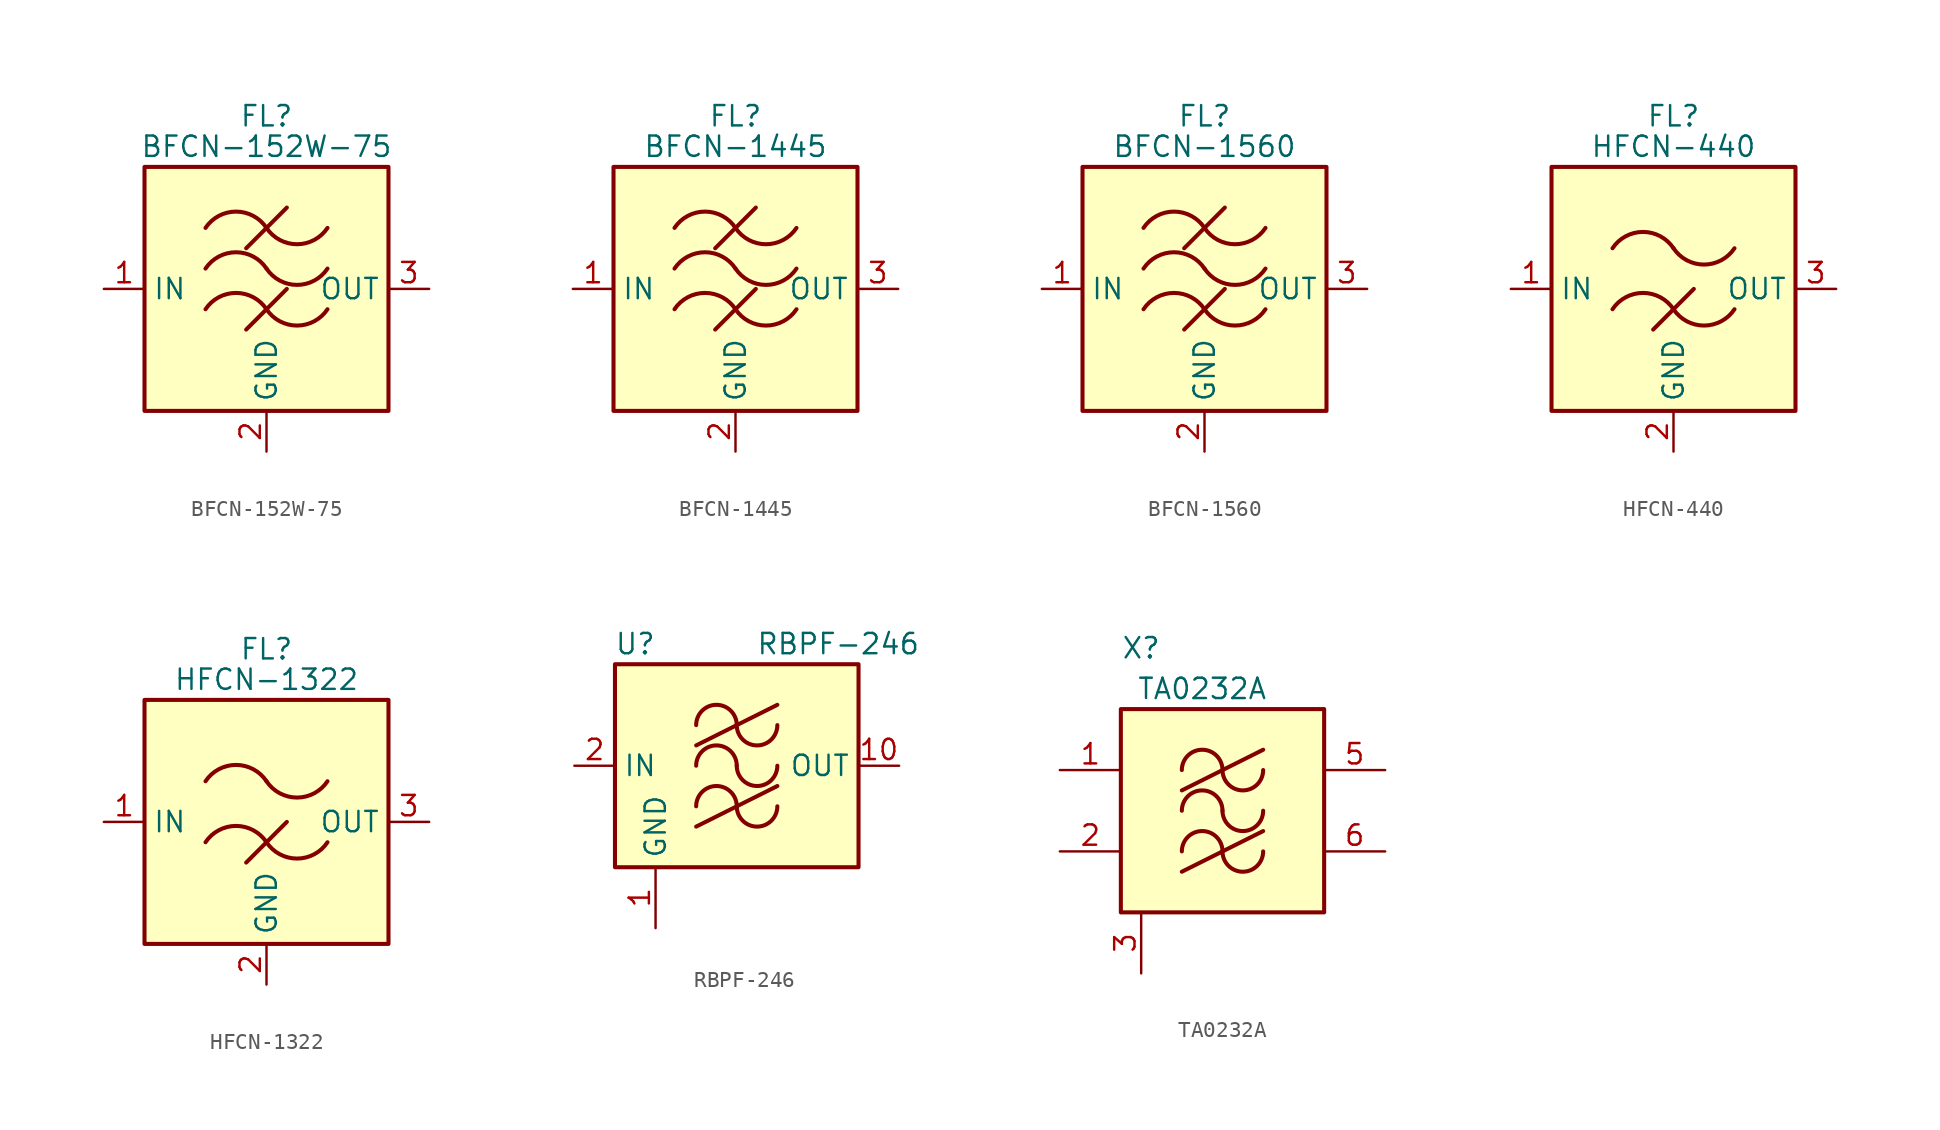
<source format=kicad_sym>
(kicad_symbol_lib
  (version 20241209)
  (generator "kicad_symbol_editor")
  (generator_version "9.0")
  (symbol "BFCN-152W-75"
    (property "Reference" "FL"
      (at 0 10.795 0)
      (effects (font (size 1.27 1.27))))
    (property "Value" "BFCN-152W-75"
      (at 0 8.89 0)
      (effects (font (size 1.27 1.27))))
    (symbol "BFCN-152W-75_0_1"
      (rectangle (start -7.62 7.62) (end 7.62 -7.62) (stroke (width 0.254) (type default)) (fill (type background)))
      (arc (start -3.81 3.81) (mid -1.905 4.8295) (end 0 3.81) (stroke (width 0.254) (type default)) (fill (type none)))
      (arc (start -3.81 1.27) (mid -1.905 2.2895) (end 0 1.27) (stroke (width 0.254) (type default)) (fill (type none)))
      (arc (start -3.81 -1.27) (mid -1.905 -0.2505) (end 0 -1.27) (stroke (width 0.254) (type default)) (fill (type none)))
      (polyline (pts (xy -1.27 2.54) (xy 1.27 5.08)) (stroke (width 0.254) (type default)) (fill (type none)))
      (polyline (pts (xy -1.27 -2.54) (xy 1.27 0)) (stroke (width 0.254) (type default)) (fill (type none)))
      (arc (start 3.81 3.81) (mid 1.905 2.7905) (end 0 3.81) (stroke (width 0.254) (type default)) (fill (type none)))
      (arc (start 3.81 1.27) (mid 1.905 0.2505) (end 0 1.27) (stroke (width 0.254) (type default)) (fill (type none)))
      (arc (start 3.81 -1.27) (mid 1.905 -2.2895) (end 0 -1.27) (stroke (width 0.254) (type default)) (fill (type none))))
    (symbol "BFCN-152W-75_1_1"
      (pin passive line (at -10.16 0 0) (length 2.54) (name "IN" (effects (font (size 1.27 1.27)))) (number "1" (effects (font (size 1.27 1.27)))))
      (pin passive line (at 0 -10.16 90) (length 2.54) (name "GND" (effects (font (size 1.27 1.27)))) (number "2" (effects (font (size 1.27 1.27)))))
      (pin passive line (at 10.16 0 180) (length 2.54) (name "OUT" (effects (font (size 1.27 1.27)))) (number "3" (effects (font (size 1.27 1.27)))))))
  (symbol "BFCN-1445"
    (property "Reference" "FL"
      (at 0 10.795 0)
      (effects (font (size 1.27 1.27))))
    (property "Value" "BFCN-1445"
      (at 0 8.89 0)
      (effects (font (size 1.27 1.27))))
    (symbol "BFCN-1445_0_1"
      (rectangle (start -7.62 7.62) (end 7.62 -7.62) (stroke (width 0.254) (type default)) (fill (type background)))
      (arc (start -3.81 3.81) (mid -1.905 4.8295) (end 0 3.81) (stroke (width 0.254) (type default)) (fill (type none)))
      (arc (start -3.81 1.27) (mid -1.905 2.2895) (end 0 1.27) (stroke (width 0.254) (type default)) (fill (type none)))
      (arc (start -3.81 -1.27) (mid -1.905 -0.2505) (end 0 -1.27) (stroke (width 0.254) (type default)) (fill (type none)))
      (polyline (pts (xy -1.27 2.54) (xy 1.27 5.08)) (stroke (width 0.254) (type default)) (fill (type none)))
      (polyline (pts (xy -1.27 -2.54) (xy 1.27 0)) (stroke (width 0.254) (type default)) (fill (type none)))
      (arc (start 3.81 3.81) (mid 1.905 2.7905) (end 0 3.81) (stroke (width 0.254) (type default)) (fill (type none)))
      (arc (start 3.81 1.27) (mid 1.905 0.2505) (end 0 1.27) (stroke (width 0.254) (type default)) (fill (type none)))
      (arc (start 3.81 -1.27) (mid 1.905 -2.2895) (end 0 -1.27) (stroke (width 0.254) (type default)) (fill (type none))))
    (symbol "BFCN-1445_1_1"
      (pin passive line (at -10.16 0 0) (length 2.54) (name "IN" (effects (font (size 1.27 1.27)))) (number "1" (effects (font (size 1.27 1.27)))))
      (pin passive line (at 0 -10.16 90) (length 2.54) (name "GND" (effects (font (size 1.27 1.27)))) (number "2" (effects (font (size 1.27 1.27)))))
      (pin passive line (at 0 -10.16 90) (length 2.54) (hide yes) (name "GND" (effects (font (size 1.27 1.27)))) (number "4" (effects (font (size 1.27 1.27)))))
      (pin passive line (at 10.16 0 180) (length 2.54) (name "OUT" (effects (font (size 1.27 1.27)))) (number "3" (effects (font (size 1.27 1.27)))))))
  (symbol "BFCN-1560"
    (property "Reference" "FL"
      (at 0 10.795 0)
      (effects (font (size 1.27 1.27))))
    (property "Value" "BFCN-1560"
      (at 0 8.89 0)
      (effects (font (size 1.27 1.27))))
    (symbol "BFCN-1560_0_1"
      (rectangle (start -7.62 7.62) (end 7.62 -7.62) (stroke (width 0.254) (type default)) (fill (type background)))
      (arc (start -3.81 3.81) (mid -1.905 4.8295) (end 0 3.81) (stroke (width 0.254) (type default)) (fill (type none)))
      (arc (start -3.81 1.27) (mid -1.905 2.2895) (end 0 1.27) (stroke (width 0.254) (type default)) (fill (type none)))
      (arc (start -3.81 -1.27) (mid -1.905 -0.2505) (end 0 -1.27) (stroke (width 0.254) (type default)) (fill (type none)))
      (polyline (pts (xy -1.27 2.54) (xy 1.27 5.08)) (stroke (width 0.254) (type default)) (fill (type none)))
      (polyline (pts (xy -1.27 -2.54) (xy 1.27 0)) (stroke (width 0.254) (type default)) (fill (type none)))
      (arc (start 3.81 3.81) (mid 1.905 2.7905) (end 0 3.81) (stroke (width 0.254) (type default)) (fill (type none)))
      (arc (start 3.81 1.27) (mid 1.905 0.2505) (end 0 1.27) (stroke (width 0.254) (type default)) (fill (type none)))
      (arc (start 3.81 -1.27) (mid 1.905 -2.2895) (end 0 -1.27) (stroke (width 0.254) (type default)) (fill (type none))))
    (symbol "BFCN-1560_1_1"
      (pin passive line (at -10.16 0 0) (length 2.54) (name "IN" (effects (font (size 1.27 1.27)))) (number "1" (effects (font (size 1.27 1.27)))))
      (pin passive line (at 0 -10.16 90) (length 2.54) (name "GND" (effects (font (size 1.27 1.27)))) (number "2" (effects (font (size 1.27 1.27)))))
      (pin passive line (at 0 -10.16 90) (length 2.54) (hide yes) (name "GND" (effects (font (size 1.27 1.27)))) (number "4" (effects (font (size 1.27 1.27)))))
      (pin passive line (at 0 -10.16 90) (length 2.54) (hide yes) (name "GND" (effects (font (size 1.27 1.27)))) (number "5" (effects (font (size 1.27 1.27)))))
      (pin passive line (at 0 -10.16 90) (length 2.54) (hide yes) (name "GND" (effects (font (size 1.27 1.27)))) (number "6" (effects (font (size 1.27 1.27)))))
      (pin passive line (at 10.16 0 180) (length 2.54) (name "OUT" (effects (font (size 1.27 1.27)))) (number "3" (effects (font (size 1.27 1.27)))))))
  (symbol "HFCN-440"
    (property "Reference" "FL"
      (at 0 10.795 0)
      (effects (font (size 1.27 1.27))))
    (property "Value" "HFCN-440"
      (at 0 8.89 0)
      (effects (font (size 1.27 1.27))))
    (symbol "HFCN-440_0_1"
      (rectangle (start -7.62 7.62) (end 7.62 -7.62) (stroke (width 0.254) (type default)) (fill (type background)))
      (arc (start -3.81 2.54) (mid -1.905 3.5595) (end 0 2.54) (stroke (width 0.254) (type default)) (fill (type none)))
      (arc (start -3.81 -1.27) (mid -1.905 -0.2505) (end 0 -1.27) (stroke (width 0.254) (type default)) (fill (type none)))
      (polyline (pts (xy -1.27 -2.54) (xy 1.27 0)) (stroke (width 0.254) (type default)) (fill (type none)))
      (arc (start 3.81 2.54) (mid 1.905 1.5205) (end 0 2.54) (stroke (width 0.254) (type default)) (fill (type none)))
      (arc (start 3.81 -1.27) (mid 1.905 -2.2895) (end 0 -1.27) (stroke (width 0.254) (type default)) (fill (type none))))
    (symbol "HFCN-440_1_1"
      (pin passive line (at -10.16 0 0) (length 2.54) (name "IN" (effects (font (size 1.27 1.27)))) (number "1" (effects (font (size 1.27 1.27)))))
      (pin passive line (at 0 -10.16 90) (length 2.54) (name "GND" (effects (font (size 1.27 1.27)))) (number "2" (effects (font (size 1.27 1.27)))))
      (pin passive line (at 0 -10.16 90) (length 2.54) (hide yes) (name "GND" (effects (font (size 1.27 1.27)))) (number "4" (effects (font (size 1.27 1.27)))))
      (pin passive line (at 10.16 0 180) (length 2.54) (name "OUT" (effects (font (size 1.27 1.27)))) (number "3" (effects (font (size 1.27 1.27)))))))
  (symbol "HFCN-1322"
    (property "Reference" "FL"
      (at 0 10.795 0)
      (effects (font (size 1.27 1.27))))
    (property "Value" "HFCN-1322"
      (at 0 8.89 0)
      (effects (font (size 1.27 1.27))))
    (symbol "HFCN-1322_0_1"
      (rectangle (start -7.62 7.62) (end 7.62 -7.62) (stroke (width 0.254) (type default)) (fill (type background)))
      (arc (start -3.81 2.54) (mid -1.905 3.5595) (end 0 2.54) (stroke (width 0.254) (type default)) (fill (type none)))
      (arc (start -3.81 -1.27) (mid -1.905 -0.2505) (end 0 -1.27) (stroke (width 0.254) (type default)) (fill (type none)))
      (polyline (pts (xy -1.27 -2.54) (xy 1.27 0)) (stroke (width 0.254) (type default)) (fill (type none)))
      (arc (start 3.81 2.54) (mid 1.905 1.5205) (end 0 2.54) (stroke (width 0.254) (type default)) (fill (type none)))
      (arc (start 3.81 -1.27) (mid 1.905 -2.2895) (end 0 -1.27) (stroke (width 0.254) (type default)) (fill (type none))))
    (symbol "HFCN-1322_1_1"
      (pin passive line (at -10.16 0 0) (length 2.54) (name "IN" (effects (font (size 1.27 1.27)))) (number "1" (effects (font (size 1.27 1.27)))))
      (pin passive line (at 0 -10.16 90) (length 2.54) (name "GND" (effects (font (size 1.27 1.27)))) (number "2" (effects (font (size 1.27 1.27)))))
      (pin passive line (at 0 -10.16 90) (length 2.54) (hide yes) (name "GND" (effects (font (size 1.27 1.27)))) (number "4" (effects (font (size 1.27 1.27)))))
      (pin passive line (at 10.16 0 180) (length 2.54) (name "OUT" (effects (font (size 1.27 1.27)))) (number "3" (effects (font (size 1.27 1.27)))))))
  (symbol "RBPF-246"
    (property "Reference" "U"
      (at -6.35 7.62 0)
      (effects (font (size 1.27 1.27))))
    (property "Value" "RBPF-246"
      (at 6.35 7.62 0)
      (effects (font (size 1.27 1.27))))
    (symbol "RBPF-246_0_1"
      (rectangle (start -7.62 6.35) (end 7.62 -6.35) (stroke (width 0.254) (type default)) (fill (type background)))
      (polyline (pts (xy -2.54 1.27) (xy 2.54 3.81)) (stroke (width 0.254) (type default)) (fill (type none)))
      (polyline (pts (xy -2.54 -3.81) (xy 2.54 -1.27)) (stroke (width 0.254) (type default)) (fill (type none)))
      (arc (start -2.54 2.54) (mid -1.27 3.8045) (end 0 2.54) (stroke (width 0.254) (type default)) (fill (type none)))
      (arc (start -2.54 0) (mid -1.27 1.2645) (end 0 0) (stroke (width 0.254) (type default)) (fill (type none)))
      (arc (start -2.54 -2.54) (mid -1.27 -1.2755) (end 0 -2.54) (stroke (width 0.254) (type default)) (fill (type none)))
      (arc (start 2.54 2.54) (mid 1.27 1.2755) (end 0 2.54) (stroke (width 0.254) (type default)) (fill (type none)))
      (arc (start 2.54 0) (mid 1.27 -1.2645) (end 0 0) (stroke (width 0.254) (type default)) (fill (type none)))
      (arc (start 2.54 -2.54) (mid 1.27 -3.8045) (end 0 -2.54) (stroke (width 0.254) (type default)) (fill (type none))))
    (symbol "RBPF-246_1_1"
      (pin input line (at -10.16 0 0) (length 2.54) (name "IN" (effects (font (size 1.27 1.27)))) (number "2" (effects (font (size 1.27 1.27)))))
      (pin power_in line (at -5.08 -10.16 90) (length 3.81) (name "GND" (effects (font (size 1.27 1.27)))) (number "1" (effects (font (size 1.27 1.27)))))
      (pin passive line (at -5.08 -10.16 90) (length 3.81) (hide yes) (name "GND" (effects (font (size 1.27 1.27)))) (number "11" (effects (font (size 1.27 1.27)))))
      (pin passive line (at -5.08 -10.16 90) (length 3.81) (hide yes) (name "GND" (effects (font (size 1.27 1.27)))) (number "12" (effects (font (size 1.27 1.27)))))
      (pin passive line (at -5.08 -10.16 90) (length 3.81) (hide yes) (name "GND" (effects (font (size 1.27 1.27)))) (number "13" (effects (font (size 1.27 1.27)))))
      (pin passive line (at -5.08 -10.16 90) (length 3.81) (hide yes) (name "GND" (effects (font (size 1.27 1.27)))) (number "15" (effects (font (size 1.27 1.27)))))
      (pin passive line (at -5.08 -10.16 90) (length 3.81) (hide yes) (name "GND" (effects (font (size 1.27 1.27)))) (number "16" (effects (font (size 1.27 1.27)))))
      (pin passive line (at -5.08 -10.16 90) (length 3.81) (hide yes) (name "GND" (effects (font (size 1.27 1.27)))) (number "3" (effects (font (size 1.27 1.27)))))
      (pin passive line (at -5.08 -10.16 90) (length 3.81) (hide yes) (name "GND" (effects (font (size 1.27 1.27)))) (number "4" (effects (font (size 1.27 1.27)))))
      (pin passive line (at -5.08 -10.16 90) (length 3.81) (hide yes) (name "GND" (effects (font (size 1.27 1.27)))) (number "5" (effects (font (size 1.27 1.27)))))
      (pin passive line (at -5.08 -10.16 90) (length 3.81) (hide yes) (name "GND" (effects (font (size 1.27 1.27)))) (number "6" (effects (font (size 1.27 1.27)))))
      (pin passive line (at -5.08 -10.16 90) (length 3.81) (hide yes) (name "GND" (effects (font (size 1.27 1.27)))) (number "7" (effects (font (size 1.27 1.27)))))
      (pin passive line (at -5.08 -10.16 90) (length 3.81) (hide yes) (name "GND" (effects (font (size 1.27 1.27)))) (number "8" (effects (font (size 1.27 1.27)))))
      (pin passive line (at -5.08 -10.16 90) (length 3.81) (hide yes) (name "GND" (effects (font (size 1.27 1.27)))) (number "9" (effects (font (size 1.27 1.27)))))
      (pin no_connect line (at 7.62 -2.54 180) (length 2.54) (hide yes) (name "NC" (effects (font (size 1.27 1.27)))) (number "14" (effects (font (size 1.27 1.27)))))
      (pin output line (at 10.16 0 180) (length 2.54) (name "OUT" (effects (font (size 1.27 1.27)))) (number "10" (effects (font (size 1.27 1.27)))))))
  (symbol "TA0232A"
    (pin_names
      (hide yes))
    (property "Reference" "X"
      (at -5.08 10.16 0)
      (effects (font (size 1.27 1.27))))
    (property "Value" "TA0232A"
      (at -1.27 7.62 0)
      (effects (font (size 1.27 1.27))))
    (symbol "TA0232A_1_1"
      (rectangle (start -6.35 6.35) (end 6.35 -6.35) (stroke (width 0.254) (type default)) (fill (type background)))
      (polyline (pts (xy -2.54 1.27) (xy 2.54 3.81)) (stroke (width 0.254) (type default)) (fill (type none)))
      (polyline (pts (xy -2.54 -3.81) (xy 2.54 -1.27)) (stroke (width 0.254) (type default)) (fill (type none)))
      (arc (start -2.54 2.54) (mid -1.27 3.8045) (end 0 2.54) (stroke (width 0.254) (type default)) (fill (type none)))
      (arc (start -2.54 0) (mid -1.27 1.2645) (end 0 0) (stroke (width 0.254) (type default)) (fill (type none)))
      (arc (start -2.54 -2.54) (mid -1.27 -1.2755) (end 0 -2.54) (stroke (width 0.254) (type default)) (fill (type none)))
      (arc (start 2.54 2.54) (mid 1.27 1.2755) (end 0 2.54) (stroke (width 0.254) (type default)) (fill (type none)))
      (arc (start 2.54 0) (mid 1.27 -1.2645) (end 0 0) (stroke (width 0.254) (type default)) (fill (type none)))
      (arc (start 2.54 -2.54) (mid 1.27 -3.8045) (end 0 -2.54) (stroke (width 0.254) (type default)) (fill (type none)))
      (pin input line (at -10.16 2.54 0) (length 3.81) (name "IN_1" (effects (font (size 1.27 1.27)))) (number "1" (effects (font (size 1.27 1.27)))))
      (pin input line (at -10.16 -2.54 0) (length 3.81) (name "IN_2" (effects (font (size 1.27 1.27)))) (number "2" (effects (font (size 1.27 1.27)))))
      (pin power_in line (at -5.08 -10.16 90) (length 3.81) (name "GND" (effects (font (size 1.27 1.27)))) (number "3" (effects (font (size 1.27 1.27)))))
      (pin passive line (at -5.08 -10.16 90) (length 3.81) (hide yes) (name "GND" (effects (font (size 1.27 1.27)))) (number "4" (effects (font (size 1.27 1.27)))))
      (pin passive line (at -5.08 -10.16 90) (length 3.81) (hide yes) (name "GND" (effects (font (size 1.27 1.27)))) (number "7" (effects (font (size 1.27 1.27)))))
      (pin passive line (at -5.08 -10.16 90) (length 3.81) (hide yes) (name "GND" (effects (font (size 1.27 1.27)))) (number "8" (effects (font (size 1.27 1.27)))))
      (pin output line (at 10.16 2.54 180) (length 3.81) (name "OUT_1" (effects (font (size 1.27 1.27)))) (number "5" (effects (font (size 1.27 1.27)))))
      (pin output line (at 10.16 -2.54 180) (length 3.81) (name "OUT_2" (effects (font (size 1.27 1.27)))) (number "6" (effects (font (size 1.27 1.27))))))))
</source>
